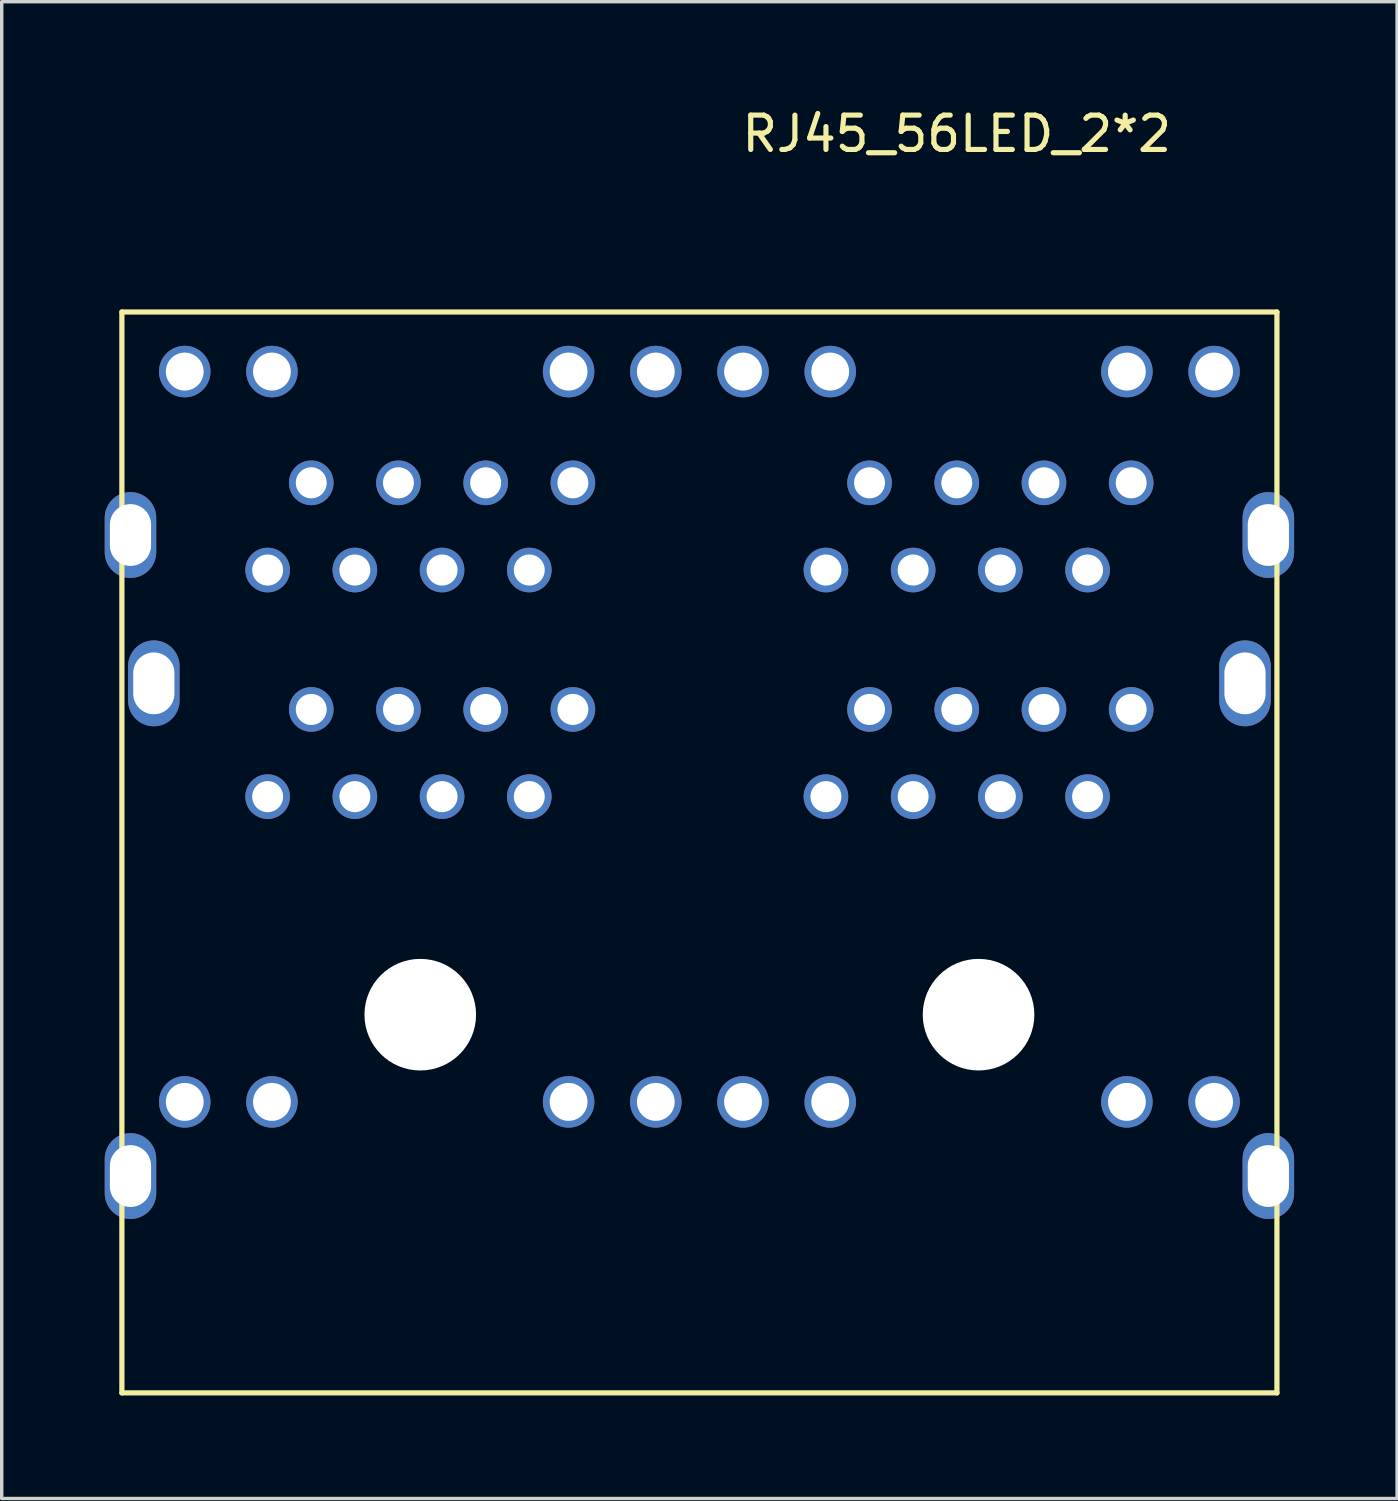
<source format=kicad_pcb>
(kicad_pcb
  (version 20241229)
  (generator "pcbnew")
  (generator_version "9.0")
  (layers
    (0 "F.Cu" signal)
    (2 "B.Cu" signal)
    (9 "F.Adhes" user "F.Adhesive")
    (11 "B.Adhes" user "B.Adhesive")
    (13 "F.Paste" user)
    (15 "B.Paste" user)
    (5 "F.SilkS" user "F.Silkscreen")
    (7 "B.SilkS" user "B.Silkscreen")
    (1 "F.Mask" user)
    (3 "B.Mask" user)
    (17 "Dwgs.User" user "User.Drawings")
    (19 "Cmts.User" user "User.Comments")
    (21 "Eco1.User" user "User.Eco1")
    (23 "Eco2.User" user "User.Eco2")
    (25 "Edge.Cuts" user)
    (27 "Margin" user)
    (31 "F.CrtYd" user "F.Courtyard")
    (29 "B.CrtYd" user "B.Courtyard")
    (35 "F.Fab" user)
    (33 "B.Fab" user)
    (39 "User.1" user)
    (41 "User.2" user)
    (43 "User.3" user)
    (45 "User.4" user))
  (footprint "RJ45_56LED_2*2"
    (layer "F.Cu")
    (at 18.465 20.918)
    (property "Reference" "RJ45_56LED_2*2" (at 6.35 -20.07 0) (unlocked yes) (layer "F.SilkS") (effects (font (size 1 1) (thickness 0.15))))
    (attr smd)
    (fp_line (start -17.965 -14.881) (end 15.675 -14.881) (stroke (width 0.152) (type solid)) (layer "F.SilkS"))
    (fp_line (start -17.965 16.599) (end -17.965 -14.881) (stroke (width 0.152) (type solid)) (layer "F.SilkS"))
    (fp_line (start -17.965 16.599) (end 15.675 16.599) (stroke (width 0.152) (type solid)) (layer "F.SilkS"))
    (fp_line (start 15.675 16.599) (end 15.675 -14.881) (stroke (width 0.152) (type solid)) (layer "F.SilkS"))
    (pad "" np_thru_hole circle (at -9.275 5.584) (size 3.25 3.25) (drill oval 3.25) (layers "*.Cu" "*.Mask"))
    (pad "" np_thru_hole circle (at 6.985 5.584 90) (size 3.25 3.25) (drill oval 3.25) (layers "*.Cu" "*.Mask"))
    (pad "0" thru_hole oval (at -17.715 -8.386) (size 1.5 2.5) (drill oval 1.2 1.8) (layers "*.Cu" "*.Paste" "*.Mask"))
    (pad "0" thru_hole oval (at -17.715 10.284) (size 1.5 2.5) (drill oval 1.2 1.8) (layers "*.Cu" "*.Paste" "*.Mask"))
    (pad "0" thru_hole oval (at -17.035 -4.066) (size 1.5 2.5) (drill oval 1.2 1.8) (layers "*.Cu" "*.Paste" "*.Mask"))
    (pad "0" thru_hole oval (at 14.745 -4.066) (size 1.5 2.5) (drill oval 1.2 1.8) (layers "*.Cu" "*.Paste" "*.Mask"))
    (pad "0" thru_hole oval (at 15.425 -8.386) (size 1.5 2.5) (drill oval 1.2 1.8) (layers "*.Cu" "*.Paste" "*.Mask"))
    (pad "0" thru_hole oval (at 15.425 10.284) (size 1.5 2.5) (drill oval 1.2 1.8) (layers "*.Cu" "*.Paste" "*.Mask"))
    (pad "A1" thru_hole circle (at 2.54 -0.766) (size 1.3 1.3) (drill oval 0.9 0.905) (layers "*.Cu" "*.Paste" "*.Mask"))
    (pad "A2" thru_hole circle (at 3.81 -3.306) (size 1.3 1.3) (drill oval 0.9 0.905) (layers "*.Cu" "*.Paste" "*.Mask"))
    (pad "A3" thru_hole circle (at 5.08 -0.766) (size 1.3 1.3) (drill oval 0.9 0.905) (layers "*.Cu" "*.Paste" "*.Mask"))
    (pad "A4" thru_hole circle (at 6.35 -3.306) (size 1.3 1.3) (drill oval 0.9 0.905) (layers "*.Cu" "*.Paste" "*.Mask"))
    (pad "A5" thru_hole circle (at 7.62 -0.766) (size 1.3 1.3) (drill oval 0.9 0.905) (layers "*.Cu" "*.Paste" "*.Mask"))
    (pad "A6" thru_hole circle (at 8.89 -3.306) (size 1.3 1.3) (drill oval 0.9 0.905) (layers "*.Cu" "*.Paste" "*.Mask"))
    (pad "A7" thru_hole circle (at 10.16 -0.766) (size 1.3 1.3) (drill oval 0.9 0.905) (layers "*.Cu" "*.Paste" "*.Mask"))
    (pad "A8" thru_hole circle (at 11.43 -3.306) (size 1.3 1.3) (drill oval 0.9 0.905) (layers "*.Cu" "*.Paste" "*.Mask"))
    (pad "A9" thru_hole circle (at 0.125 8.124) (size 1.5 1.5) (drill oval 1.1 1.105) (layers "*.Cu" "*.Paste" "*.Mask"))
    (pad "A10" thru_hole circle (at 2.665 8.124) (size 1.5 1.5) (drill oval 1.1 1.105) (layers "*.Cu" "*.Paste" "*.Mask"))
    (pad "A11" thru_hole circle (at 11.305 8.124) (size 1.5 1.5) (drill oval 1.1 1.105) (layers "*.Cu" "*.Paste" "*.Mask"))
    (pad "A12" thru_hole circle (at 13.845 8.124) (size 1.5 1.5) (drill oval 1.1 1.105) (layers "*.Cu" "*.Paste" "*.Mask"))
    (pad "B1" thru_hole circle (at -13.72 -0.766) (size 1.3 1.3) (drill oval 0.9 0.905) (layers "*.Cu" "*.Paste" "*.Mask"))
    (pad "B2" thru_hole circle (at -12.45 -3.306) (size 1.3 1.3) (drill oval 0.9 0.905) (layers "*.Cu" "*.Paste" "*.Mask"))
    (pad "B3" thru_hole circle (at -11.18 -0.766) (size 1.3 1.3) (drill oval 0.9 0.905) (layers "*.Cu" "*.Paste" "*.Mask"))
    (pad "B4" thru_hole circle (at -9.91 -3.306) (size 1.3 1.3) (drill oval 0.9 0.905) (layers "*.Cu" "*.Paste" "*.Mask"))
    (pad "B5" thru_hole circle (at -8.64 -0.766) (size 1.3 1.3) (drill oval 0.9 0.905) (layers "*.Cu" "*.Paste" "*.Mask"))
    (pad "B6" thru_hole circle (at -7.37 -3.306) (size 1.3 1.3) (drill oval 0.9 0.905) (layers "*.Cu" "*.Paste" "*.Mask"))
    (pad "B7" thru_hole circle (at -6.1 -0.766) (size 1.3 1.3) (drill oval 0.9 0.905) (layers "*.Cu" "*.Paste" "*.Mask"))
    (pad "B8" thru_hole circle (at -4.83 -3.306) (size 1.3 1.3) (drill oval 0.9 0.905) (layers "*.Cu" "*.Paste" "*.Mask"))
    (pad "B9" thru_hole circle (at -16.135 8.124) (size 1.5 1.5) (drill oval 1.1 1.105) (layers "*.Cu" "*.Paste" "*.Mask"))
    (pad "B10" thru_hole circle (at -13.595 8.124) (size 1.5 1.5) (drill oval 1.1 1.105) (layers "*.Cu" "*.Paste" "*.Mask"))
    (pad "B11" thru_hole circle (at -4.955 8.124) (size 1.5 1.5) (drill oval 1.1 1.105) (layers "*.Cu" "*.Paste" "*.Mask"))
    (pad "B12" thru_hole circle (at -2.415 8.124) (size 1.5 1.5) (drill oval 1.1 1.105) (layers "*.Cu" "*.Paste" "*.Mask"))
    (pad "C1" thru_hole circle (at -4.83 -9.906) (size 1.3 1.3) (drill oval 0.9 0.905) (layers "*.Cu" "*.Paste" "*.Mask"))
    (pad "C2" thru_hole circle (at -6.1 -7.366) (size 1.3 1.3) (drill oval 0.9 0.905) (layers "*.Cu" "*.Paste" "*.Mask"))
    (pad "C3" thru_hole circle (at -7.37 -9.906) (size 1.3 1.3) (drill oval 0.9 0.905) (layers "*.Cu" "*.Paste" "*.Mask"))
    (pad "C4" thru_hole circle (at -8.64 -7.366) (size 1.3 1.3) (drill oval 0.9 0.905) (layers "*.Cu" "*.Paste" "*.Mask"))
    (pad "C5" thru_hole circle (at -9.91 -9.906) (size 1.3 1.3) (drill oval 0.9 0.905) (layers "*.Cu" "*.Paste" "*.Mask"))
    (pad "C6" thru_hole circle (at -11.18 -7.366) (size 1.3 1.3) (drill oval 0.9 0.905) (layers "*.Cu" "*.Paste" "*.Mask"))
    (pad "C7" thru_hole circle (at -12.45 -9.906) (size 1.3 1.3) (drill oval 0.9 0.905) (layers "*.Cu" "*.Paste" "*.Mask"))
    (pad "C8" thru_hole circle (at -13.72 -7.366) (size 1.3 1.3) (drill oval 0.9 0.905) (layers "*.Cu" "*.Paste" "*.Mask"))
    (pad "C9" thru_hole circle (at -16.135 -13.146) (size 1.5 1.5) (drill oval 1.1 1.105) (layers "*.Cu" "*.Paste" "*.Mask"))
    (pad "C10" thru_hole circle (at -13.595 -13.146) (size 1.5 1.5) (drill oval 1.1 1.105) (layers "*.Cu" "*.Paste" "*.Mask"))
    (pad "C11" thru_hole circle (at -4.955 -13.146) (size 1.5 1.5) (drill oval 1.1 1.105) (layers "*.Cu" "*.Paste" "*.Mask"))
    (pad "C12" thru_hole circle (at -2.415 -13.146) (size 1.5 1.5) (drill oval 1.1 1.105) (layers "*.Cu" "*.Paste" "*.Mask"))
    (pad "D1" thru_hole circle (at 11.43 -9.906) (size 1.3 1.3) (drill oval 0.9 0.905) (layers "*.Cu" "*.Paste" "*.Mask"))
    (pad "D2" thru_hole circle (at 10.16 -7.366) (size 1.3 1.3) (drill oval 0.9 0.905) (layers "*.Cu" "*.Paste" "*.Mask"))
    (pad "D3" thru_hole circle (at 8.89 -9.906) (size 1.3 1.3) (drill oval 0.9 0.905) (layers "*.Cu" "*.Paste" "*.Mask"))
    (pad "D4" thru_hole circle (at 7.62 -7.366) (size 1.3 1.3) (drill oval 0.9 0.905) (layers "*.Cu" "*.Paste" "*.Mask"))
    (pad "D5" thru_hole circle (at 6.35 -9.906) (size 1.3 1.3) (drill oval 0.9 0.905) (layers "*.Cu" "*.Paste" "*.Mask"))
    (pad "D6" thru_hole circle (at 5.08 -7.366) (size 1.3 1.3) (drill oval 0.9 0.905) (layers "*.Cu" "*.Paste" "*.Mask"))
    (pad "D7" thru_hole circle (at 3.81 -9.906) (size 1.3 1.3) (drill oval 0.9 0.905) (layers "*.Cu" "*.Paste" "*.Mask"))
    (pad "D8" thru_hole circle (at 2.54 -7.366) (size 1.3 1.3) (drill oval 0.9 0.905) (layers "*.Cu" "*.Paste" "*.Mask"))
    (pad "D9" thru_hole circle (at 0.125 -13.146) (size 1.5 1.5) (drill oval 1.1 1.105) (layers "*.Cu" "*.Paste" "*.Mask"))
    (pad "D10" thru_hole circle (at 2.665 -13.146) (size 1.5 1.5) (drill oval 1.1 1.105) (layers "*.Cu" "*.Paste" "*.Mask"))
    (pad "D11" thru_hole circle (at 11.305 -13.146) (size 1.5 1.5) (drill oval 1.1 1.105) (layers "*.Cu" "*.Paste" "*.Mask"))
    (pad "D12" thru_hole circle (at 13.845 -13.146) (size 1.5 1.5) (drill oval 1.1 1.105) (layers "*.Cu" "*.Paste" "*.Mask")))
  (gr_rect
    (start -3 -3)
    (end 37.64 40.593)
    (stroke (width 0.1) (type default))
    (fill no)
    (layer "Edge.Cuts")))
</source>
